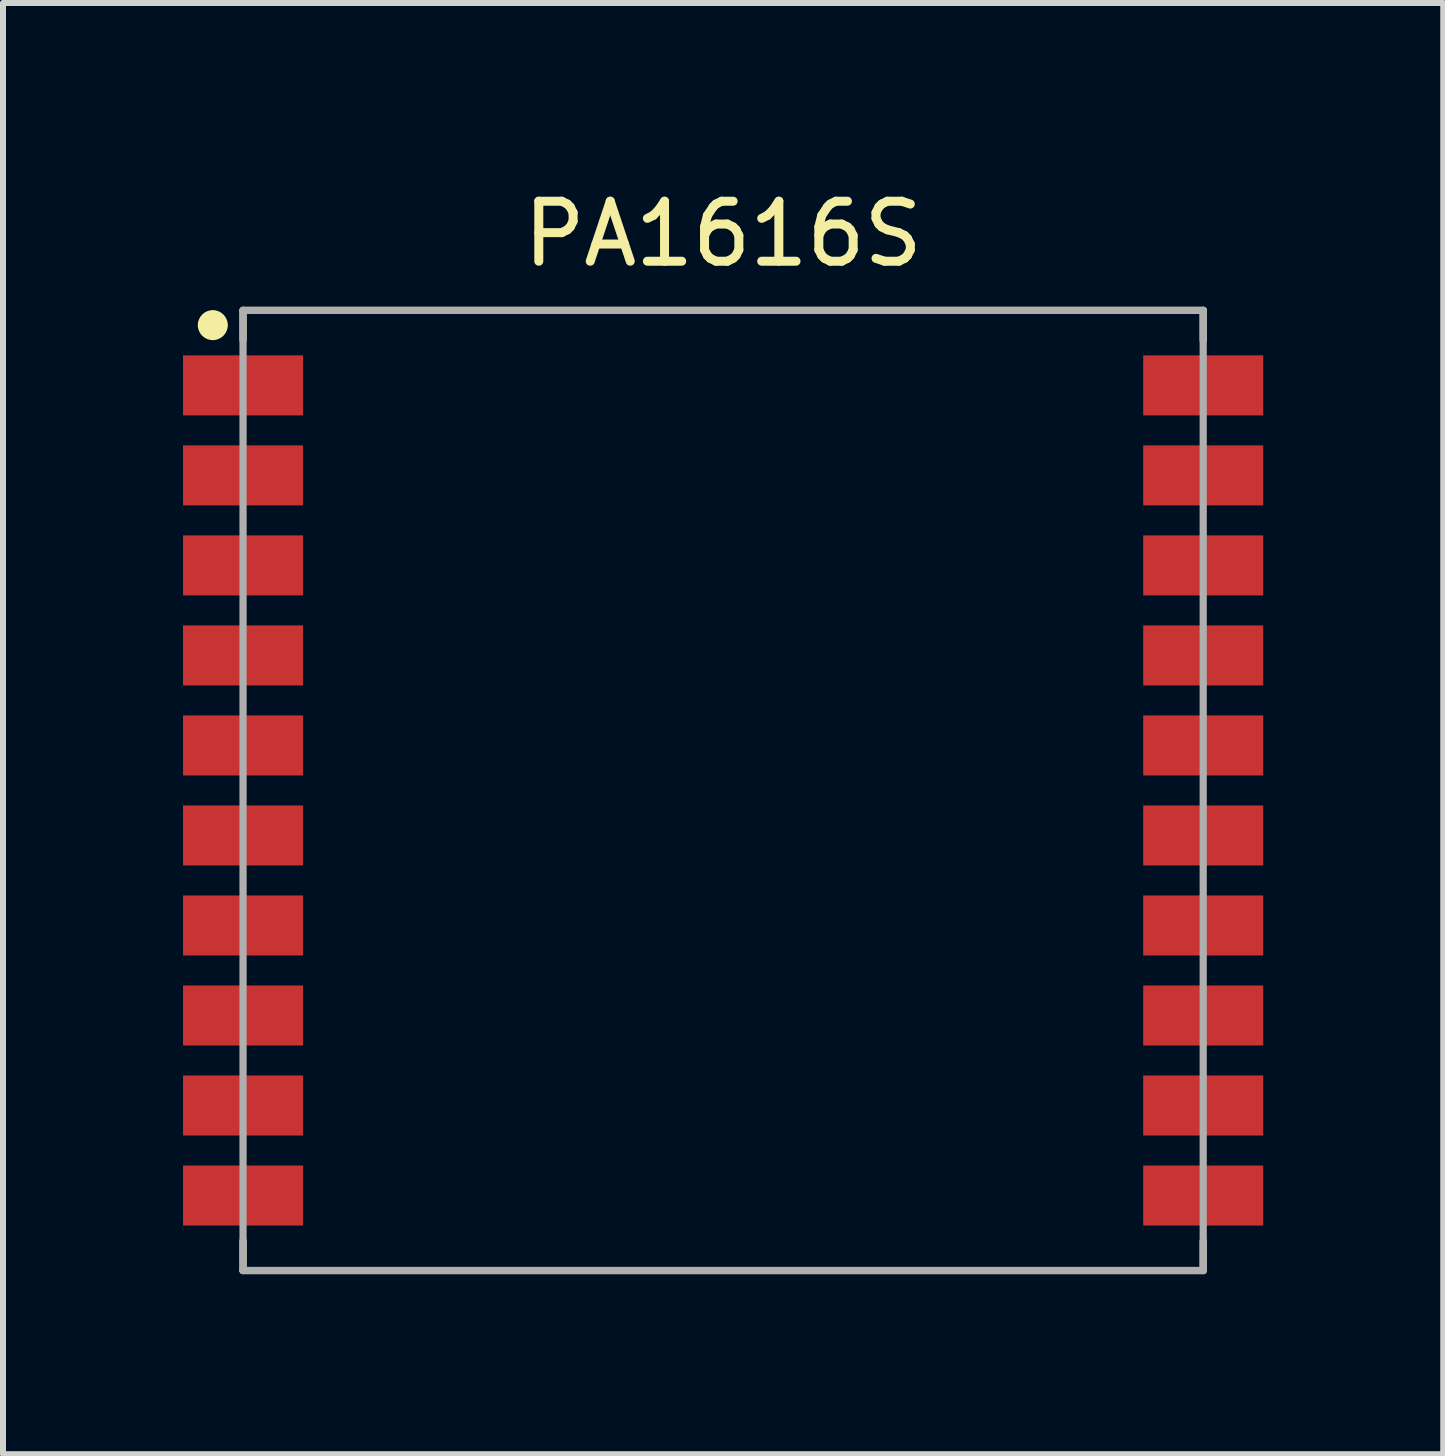
<source format=kicad_pcb>
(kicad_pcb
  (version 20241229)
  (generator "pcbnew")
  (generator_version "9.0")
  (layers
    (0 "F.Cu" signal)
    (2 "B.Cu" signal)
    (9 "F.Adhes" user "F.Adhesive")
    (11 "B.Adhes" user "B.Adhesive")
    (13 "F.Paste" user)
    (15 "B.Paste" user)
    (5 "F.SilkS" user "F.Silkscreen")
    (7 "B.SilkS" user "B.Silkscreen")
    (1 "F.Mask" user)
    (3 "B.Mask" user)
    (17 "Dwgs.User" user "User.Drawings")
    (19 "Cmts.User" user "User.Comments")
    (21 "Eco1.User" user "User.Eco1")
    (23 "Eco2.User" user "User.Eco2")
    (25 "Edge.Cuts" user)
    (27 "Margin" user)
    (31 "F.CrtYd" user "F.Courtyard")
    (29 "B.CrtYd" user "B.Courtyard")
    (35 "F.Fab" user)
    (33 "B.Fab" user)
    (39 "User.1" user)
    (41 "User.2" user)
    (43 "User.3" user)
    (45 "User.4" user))
  (footprint "PA1616S"
    (layer "F.Cu")
    (at 9 10.122)
    (property "Reference" "PA1616S" (at 0 -9.274 0) (layer "F.SilkS") (effects (font (size 1 1) (thickness 0.15))))
    (attr smd)
    (fp_line (start -8 -8) (end 8 -8) (stroke (width 0.12) (type solid)) (layer "F.SilkS"))
    (fp_line (start -8 -7.504) (end -8 -8) (stroke (width 0.12) (type solid)) (layer "F.SilkS"))
    (fp_line (start -8 7.504) (end -8 8) (stroke (width 0.12) (type solid)) (layer "F.SilkS"))
    (fp_line (start -8 8) (end 8 8) (stroke (width 0.12) (type solid)) (layer "F.SilkS"))
    (fp_line (start 8 -8) (end 8 -7.504) (stroke (width 0.12) (type solid)) (layer "F.SilkS"))
    (fp_line (start 8 8) (end 8 7.504) (stroke (width 0.12) (type solid)) (layer "F.SilkS"))
    (fp_circle (center -8.504 -7.754) (end -8.254 -7.754) (stroke (width 0) (type solid)) (fill yes) (layer "F.SilkS"))
    (fp_line (start -8 -8) (end 8 -8) (stroke (width 0.12) (type solid)) (layer "F.Fab"))
    (fp_line (start -8 8) (end -8 -8) (stroke (width 0.12) (type solid)) (layer "F.Fab"))
    (fp_line (start 8 -8) (end 8 8) (stroke (width 0.12) (type solid)) (layer "F.Fab"))
    (fp_line (start 8 8) (end -8 8) (stroke (width 0.12) (type solid)) (layer "F.Fab"))
    (pad "1" smd rect (at -8 -6.75) (size 2 1) (layers "F.Cu" "F.Mask" "F.Paste"))
    (pad "2" smd rect (at -8 -5.25) (size 2 1) (layers "F.Cu" "F.Mask" "F.Paste"))
    (pad "3" smd rect (at -8 -3.75) (size 2 1) (layers "F.Cu" "F.Mask" "F.Paste"))
    (pad "4" smd rect (at -8 -2.25) (size 2 1) (layers "F.Cu" "F.Mask" "F.Paste"))
    (pad "5" smd rect (at -8 -0.75) (size 2 1) (layers "F.Cu" "F.Mask" "F.Paste"))
    (pad "6" smd rect (at -8 0.75) (size 2 1) (layers "F.Cu" "F.Mask" "F.Paste"))
    (pad "7" smd rect (at -8 2.25) (size 2 1) (layers "F.Cu" "F.Mask" "F.Paste"))
    (pad "8" smd rect (at -8 3.75) (size 2 1) (layers "F.Cu" "F.Mask" "F.Paste"))
    (pad "9" smd rect (at -8 5.25) (size 2 1) (layers "F.Cu" "F.Mask" "F.Paste"))
    (pad "10" smd rect (at -8 6.75) (size 2 1) (layers "F.Cu" "F.Mask" "F.Paste"))
    (pad "11" smd rect (at 8 6.75) (size 2 1) (layers "F.Cu" "F.Mask" "F.Paste"))
    (pad "12" smd rect (at 8 5.25) (size 2 1) (layers "F.Cu" "F.Mask" "F.Paste"))
    (pad "13" smd rect (at 8 3.75) (size 2 1) (layers "F.Cu" "F.Mask" "F.Paste"))
    (pad "14" smd rect (at 8 2.25) (size 2 1) (layers "F.Cu" "F.Mask" "F.Paste"))
    (pad "15" smd rect (at 8 0.75) (size 2 1) (layers "F.Cu" "F.Mask" "F.Paste"))
    (pad "16" smd rect (at 8 -0.75) (size 2 1) (layers "F.Cu" "F.Mask" "F.Paste"))
    (pad "17" smd rect (at 8 -2.25) (size 2 1) (layers "F.Cu" "F.Mask" "F.Paste"))
    (pad "18" smd rect (at 8 -3.75) (size 2 1) (layers "F.Cu" "F.Mask" "F.Paste"))
    (pad "19" smd rect (at 8 -5.25) (size 2 1) (layers "F.Cu" "F.Mask" "F.Paste"))
    (pad "20" smd rect (at 8 -6.75) (size 2 1) (layers "F.Cu" "F.Mask" "F.Paste")))
  (gr_rect
    (start -3 -3)
    (end 21 21.182)
    (stroke (width 0.1) (type default))
    (fill no)
    (layer "Edge.Cuts")))
</source>
